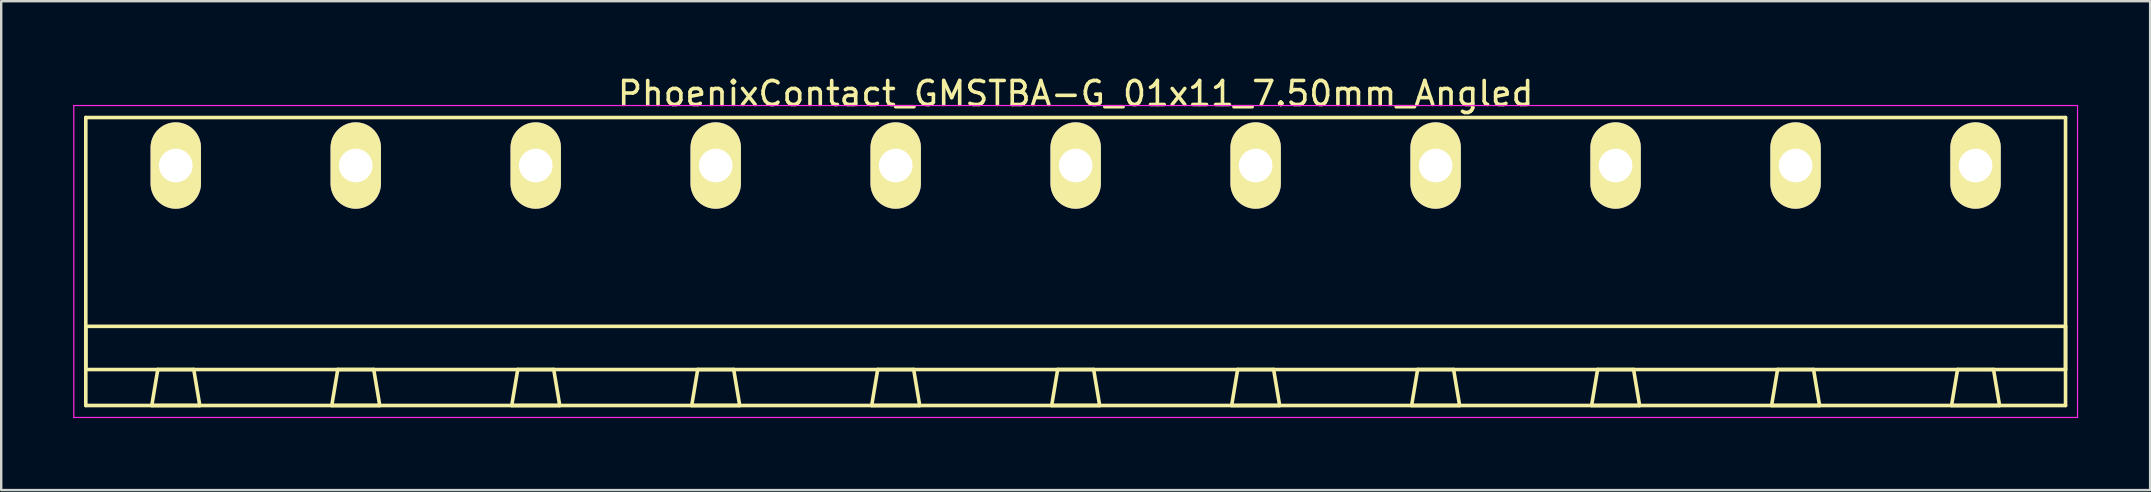
<source format=kicad_pcb>
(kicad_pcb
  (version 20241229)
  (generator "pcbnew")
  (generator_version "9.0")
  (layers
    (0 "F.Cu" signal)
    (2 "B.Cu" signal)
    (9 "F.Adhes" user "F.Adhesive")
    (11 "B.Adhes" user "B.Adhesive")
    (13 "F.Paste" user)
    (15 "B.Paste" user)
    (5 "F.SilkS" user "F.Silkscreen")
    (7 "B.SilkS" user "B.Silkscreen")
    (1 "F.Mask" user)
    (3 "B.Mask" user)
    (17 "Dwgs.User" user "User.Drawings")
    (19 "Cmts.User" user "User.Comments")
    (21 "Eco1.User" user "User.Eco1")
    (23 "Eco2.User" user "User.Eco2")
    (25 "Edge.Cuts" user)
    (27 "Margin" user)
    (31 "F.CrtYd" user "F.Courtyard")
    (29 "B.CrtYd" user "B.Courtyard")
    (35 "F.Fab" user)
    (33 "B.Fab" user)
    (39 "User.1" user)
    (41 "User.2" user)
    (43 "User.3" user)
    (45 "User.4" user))
  (footprint "PhoenixContact_GMSTBA-G_01x11_7.50mm_Angled"
    (layer "F.Cu")
    (at 4.275 3.848)
    (property "Reference" "PhoenixContact_GMSTBA-G_01x11_7.50mm_Angled" (at 37.5 -3 0) (layer "F.SilkS") (effects (font (size 1 1) (thickness 0.15))))
    (attr through_hole)
    (fp_line (start -3.75 -2) (end -3.75 10) (stroke (width 0.15) (type solid)) (layer "F.SilkS"))
    (fp_line (start -3.75 6.7) (end 78.75 6.7) (stroke (width 0.15) (type solid)) (layer "F.SilkS"))
    (fp_line (start -3.75 8.5) (end -3.75 6.7) (stroke (width 0.15) (type solid)) (layer "F.SilkS"))
    (fp_line (start -3.75 10) (end 78.75 10) (stroke (width 0.15) (type solid)) (layer "F.SilkS"))
    (fp_line (start -1 10) (end 1 10) (stroke (width 0.15) (type solid)) (layer "F.SilkS"))
    (fp_line (start -0.75 8.5) (end -1 10) (stroke (width 0.15) (type solid)) (layer "F.SilkS"))
    (fp_line (start 0.75 8.5) (end -0.75 8.5) (stroke (width 0.15) (type solid)) (layer "F.SilkS"))
    (fp_line (start 1 10) (end 0.75 8.5) (stroke (width 0.15) (type solid)) (layer "F.SilkS"))
    (fp_line (start 6.5 10) (end 8.5 10) (stroke (width 0.15) (type solid)) (layer "F.SilkS"))
    (fp_line (start 6.75 8.5) (end 6.5 10) (stroke (width 0.15) (type solid)) (layer "F.SilkS"))
    (fp_line (start 8.25 8.5) (end 6.75 8.5) (stroke (width 0.15) (type solid)) (layer "F.SilkS"))
    (fp_line (start 8.5 10) (end 8.25 8.5) (stroke (width 0.15) (type solid)) (layer "F.SilkS"))
    (fp_line (start 14 10) (end 16 10) (stroke (width 0.15) (type solid)) (layer "F.SilkS"))
    (fp_line (start 14.25 8.5) (end 14 10) (stroke (width 0.15) (type solid)) (layer "F.SilkS"))
    (fp_line (start 15.75 8.5) (end 14.25 8.5) (stroke (width 0.15) (type solid)) (layer "F.SilkS"))
    (fp_line (start 16 10) (end 15.75 8.5) (stroke (width 0.15) (type solid)) (layer "F.SilkS"))
    (fp_line (start 21.5 10) (end 23.5 10) (stroke (width 0.15) (type solid)) (layer "F.SilkS"))
    (fp_line (start 21.75 8.5) (end 21.5 10) (stroke (width 0.15) (type solid)) (layer "F.SilkS"))
    (fp_line (start 23.25 8.5) (end 21.75 8.5) (stroke (width 0.15) (type solid)) (layer "F.SilkS"))
    (fp_line (start 23.5 10) (end 23.25 8.5) (stroke (width 0.15) (type solid)) (layer "F.SilkS"))
    (fp_line (start 29 10) (end 31 10) (stroke (width 0.15) (type solid)) (layer "F.SilkS"))
    (fp_line (start 29.25 8.5) (end 29 10) (stroke (width 0.15) (type solid)) (layer "F.SilkS"))
    (fp_line (start 30.75 8.5) (end 29.25 8.5) (stroke (width 0.15) (type solid)) (layer "F.SilkS"))
    (fp_line (start 31 10) (end 30.75 8.5) (stroke (width 0.15) (type solid)) (layer "F.SilkS"))
    (fp_line (start 36.5 10) (end 38.5 10) (stroke (width 0.15) (type solid)) (layer "F.SilkS"))
    (fp_line (start 36.75 8.5) (end 36.5 10) (stroke (width 0.15) (type solid)) (layer "F.SilkS"))
    (fp_line (start 38.25 8.5) (end 36.75 8.5) (stroke (width 0.15) (type solid)) (layer "F.SilkS"))
    (fp_line (start 38.5 10) (end 38.25 8.5) (stroke (width 0.15) (type solid)) (layer "F.SilkS"))
    (fp_line (start 44 10) (end 46 10) (stroke (width 0.15) (type solid)) (layer "F.SilkS"))
    (fp_line (start 44.25 8.5) (end 44 10) (stroke (width 0.15) (type solid)) (layer "F.SilkS"))
    (fp_line (start 45.75 8.5) (end 44.25 8.5) (stroke (width 0.15) (type solid)) (layer "F.SilkS"))
    (fp_line (start 46 10) (end 45.75 8.5) (stroke (width 0.15) (type solid)) (layer "F.SilkS"))
    (fp_line (start 51.5 10) (end 53.5 10) (stroke (width 0.15) (type solid)) (layer "F.SilkS"))
    (fp_line (start 51.75 8.5) (end 51.5 10) (stroke (width 0.15) (type solid)) (layer "F.SilkS"))
    (fp_line (start 53.25 8.5) (end 51.75 8.5) (stroke (width 0.15) (type solid)) (layer "F.SilkS"))
    (fp_line (start 53.5 10) (end 53.25 8.5) (stroke (width 0.15) (type solid)) (layer "F.SilkS"))
    (fp_line (start 59 10) (end 61 10) (stroke (width 0.15) (type solid)) (layer "F.SilkS"))
    (fp_line (start 59.25 8.5) (end 59 10) (stroke (width 0.15) (type solid)) (layer "F.SilkS"))
    (fp_line (start 60.75 8.5) (end 59.25 8.5) (stroke (width 0.15) (type solid)) (layer "F.SilkS"))
    (fp_line (start 61 10) (end 60.75 8.5) (stroke (width 0.15) (type solid)) (layer "F.SilkS"))
    (fp_line (start 66.5 10) (end 68.5 10) (stroke (width 0.15) (type solid)) (layer "F.SilkS"))
    (fp_line (start 66.75 8.5) (end 66.5 10) (stroke (width 0.15) (type solid)) (layer "F.SilkS"))
    (fp_line (start 68.25 8.5) (end 66.75 8.5) (stroke (width 0.15) (type solid)) (layer "F.SilkS"))
    (fp_line (start 68.5 10) (end 68.25 8.5) (stroke (width 0.15) (type solid)) (layer "F.SilkS"))
    (fp_line (start 74 10) (end 76 10) (stroke (width 0.15) (type solid)) (layer "F.SilkS"))
    (fp_line (start 74.25 8.5) (end 74 10) (stroke (width 0.15) (type solid)) (layer "F.SilkS"))
    (fp_line (start 75.75 8.5) (end 74.25 8.5) (stroke (width 0.15) (type solid)) (layer "F.SilkS"))
    (fp_line (start 76 10) (end 75.75 8.5) (stroke (width 0.15) (type solid)) (layer "F.SilkS"))
    (fp_line (start 78.75 -2) (end -3.75 -2) (stroke (width 0.15) (type solid)) (layer "F.SilkS"))
    (fp_line (start 78.75 6.7) (end 78.75 8.5) (stroke (width 0.15) (type solid)) (layer "F.SilkS"))
    (fp_line (start 78.75 8.5) (end -3.75 8.5) (stroke (width 0.15) (type solid)) (layer "F.SilkS"))
    (fp_line (start 78.75 10) (end 78.75 -2) (stroke (width 0.15) (type solid)) (layer "F.SilkS"))
    (fp_line (start -4.25 -2.5) (end -4.25 10.5) (stroke (width 0.05) (type solid)) (layer "F.CrtYd"))
    (fp_line (start -4.25 10.5) (end 79.25 10.5) (stroke (width 0.05) (type solid)) (layer "F.CrtYd"))
    (fp_line (start 79.25 -2.5) (end -4.25 -2.5) (stroke (width 0.05) (type solid)) (layer "F.CrtYd"))
    (fp_line (start 79.25 10.5) (end 79.25 -2.5) (stroke (width 0.05) (type solid)) (layer "F.CrtYd"))
    (pad "1" thru_hole oval (at 0 0) (size 2.1 3.6) (drill 1.4) (layers "*.Cu" "*.Mask" "F.SilkS"))
    (pad "2" thru_hole oval (at 7.5 0) (size 2.1 3.6) (drill 1.4) (layers "*.Cu" "*.Mask" "F.SilkS"))
    (pad "3" thru_hole oval (at 15 0) (size 2.1 3.6) (drill 1.4) (layers "*.Cu" "*.Mask" "F.SilkS"))
    (pad "4" thru_hole oval (at 22.5 0) (size 2.1 3.6) (drill 1.4) (layers "*.Cu" "*.Mask" "F.SilkS"))
    (pad "5" thru_hole oval (at 30 0) (size 2.1 3.6) (drill 1.4) (layers "*.Cu" "*.Mask" "F.SilkS"))
    (pad "6" thru_hole oval (at 37.5 0) (size 2.1 3.6) (drill 1.4) (layers "*.Cu" "*.Mask" "F.SilkS"))
    (pad "7" thru_hole oval (at 45 0) (size 2.1 3.6) (drill 1.4) (layers "*.Cu" "*.Mask" "F.SilkS"))
    (pad "8" thru_hole oval (at 52.5 0) (size 2.1 3.6) (drill 1.4) (layers "*.Cu" "*.Mask" "F.SilkS"))
    (pad "9" thru_hole oval (at 60 0) (size 2.1 3.6) (drill 1.4) (layers "*.Cu" "*.Mask" "F.SilkS"))
    (pad "10" thru_hole oval (at 67.5 0) (size 2.1 3.6) (drill 1.4) (layers "*.Cu" "*.Mask" "F.SilkS"))
    (pad "11" thru_hole oval (at 75 0) (size 2.1 3.6) (drill 1.4) (layers "*.Cu" "*.Mask" "F.SilkS")))
  (gr_rect
    (start -3 -3)
    (end 86.55 17.373)
    (stroke (width 0.1) (type default))
    (fill no)
    (layer "Edge.Cuts")))
</source>
